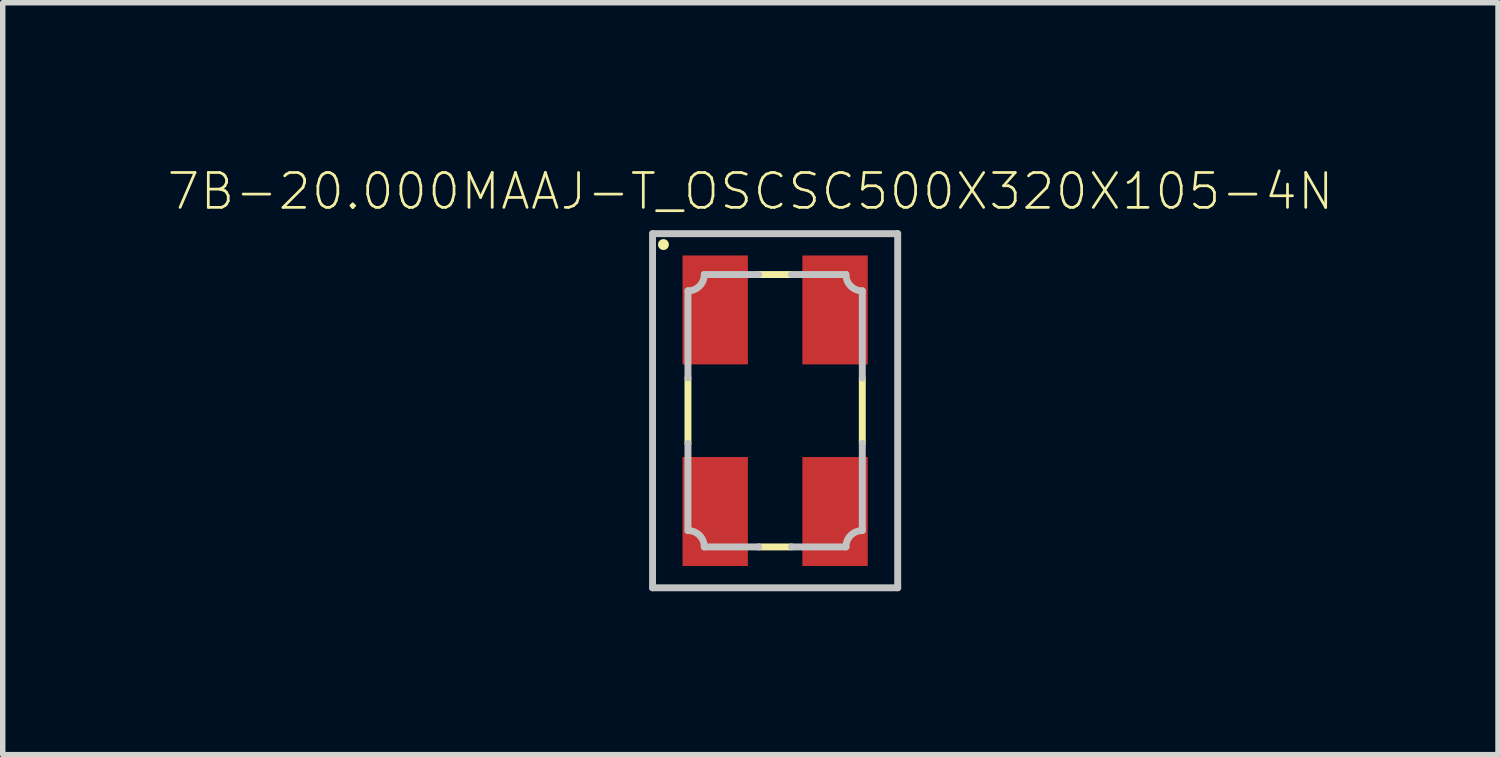
<source format=kicad_pcb>
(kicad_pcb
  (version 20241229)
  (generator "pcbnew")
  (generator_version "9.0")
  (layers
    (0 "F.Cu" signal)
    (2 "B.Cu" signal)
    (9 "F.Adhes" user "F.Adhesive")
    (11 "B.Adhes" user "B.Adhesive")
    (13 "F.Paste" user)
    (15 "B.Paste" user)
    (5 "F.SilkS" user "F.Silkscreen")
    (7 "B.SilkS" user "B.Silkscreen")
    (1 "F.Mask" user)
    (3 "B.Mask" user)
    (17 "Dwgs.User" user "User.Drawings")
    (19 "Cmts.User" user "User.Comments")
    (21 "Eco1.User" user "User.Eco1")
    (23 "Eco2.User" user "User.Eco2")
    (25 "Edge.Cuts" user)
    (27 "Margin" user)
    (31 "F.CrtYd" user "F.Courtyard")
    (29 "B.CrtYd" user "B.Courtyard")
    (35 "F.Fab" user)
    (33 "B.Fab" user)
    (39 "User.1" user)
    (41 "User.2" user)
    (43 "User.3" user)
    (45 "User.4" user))
  (footprint "7B-20.000MAAJ-T_OSCSC500X320X105-4N"
    (layer "F.Cu")
    (at 11.178 4.489)
    (property "Reference" "7B-20.000MAAJ-T_OSCSC500X320X105-4N" (at -0.454 -4.026 0) (layer "F.SilkS") (effects (font (size 0.64 0.64) (thickness 0.05))))
    (attr smd)
    (fp_line (start -1.6 -0.6) (end -1.6 0.6) (stroke (width 0.127) (type solid)) (layer "F.SilkS"))
    (fp_line (start 0.3 -2.5) (end -0.3 -2.5) (stroke (width 0.127) (type solid)) (layer "F.SilkS"))
    (fp_line (start 0.3 2.5) (end -0.3 2.5) (stroke (width 0.127) (type solid)) (layer "F.SilkS"))
    (fp_line (start 1.6 -0.6) (end 1.6 0.6) (stroke (width 0.127) (type solid)) (layer "F.SilkS"))
    (fp_circle (center -2.05 -3.05) (end -1.95 -3.05) (stroke (width 0) (type solid)) (fill yes) (layer "F.SilkS"))
    (fp_line (start -2.25 -3.25) (end -2.25 3.25) (stroke (width 0.127) (type solid)) (layer "Dwgs.User"))
    (fp_line (start -2.25 3.25) (end 2.25 3.25) (stroke (width 0.127) (type solid)) (layer "Dwgs.User"))
    (fp_line (start -1.6 -2.2) (end -1.6 -0.6) (stroke (width 0.127) (type solid)) (layer "Dwgs.User"))
    (fp_line (start -1.6 0.6) (end -1.6 2.2) (stroke (width 0.127) (type solid)) (layer "Dwgs.User"))
    (fp_line (start -1.3 2.5) (end -0.3 2.5) (stroke (width 0.127) (type solid)) (layer "Dwgs.User"))
    (fp_line (start -0.3 -2.5) (end -1.3 -2.5) (stroke (width 0.127) (type solid)) (layer "Dwgs.User"))
    (fp_line (start 0.3 -2.5) (end 1.3 -2.5) (stroke (width 0.127) (type solid)) (layer "Dwgs.User"))
    (fp_line (start 1.3 2.5) (end 0.3 2.5) (stroke (width 0.127) (type solid)) (layer "Dwgs.User"))
    (fp_line (start 1.6 -2.2) (end 1.6 -0.6) (stroke (width 0.127) (type solid)) (layer "Dwgs.User"))
    (fp_line (start 1.6 0.6) (end 1.6 2.2) (stroke (width 0.127) (type solid)) (layer "Dwgs.User"))
    (fp_line (start 2.25 -3.25) (end -2.25 -3.25) (stroke (width 0.127) (type solid)) (layer "Dwgs.User"))
    (fp_line (start 2.25 3.25) (end 2.25 -3.25) (stroke (width 0.127) (type solid)) (layer "Dwgs.User"))
    (fp_arc (start -1.6 2.2) (mid -1.387868 2.287868) (end -1.3 2.5) (stroke (width 0.127) (type solid)) (layer "Dwgs.User"))
    (fp_arc (start -1.3 -2.5) (mid -1.387868 -2.287868) (end -1.6 -2.2) (stroke (width 0.127) (type solid)) (layer "Dwgs.User"))
    (fp_arc (start 1.3 2.5) (mid 1.387868 2.287868) (end 1.6 2.2) (stroke (width 0.127) (type solid)) (layer "Dwgs.User"))
    (fp_arc (start 1.6 -2.2) (mid 1.387868 -2.287868) (end 1.3 -2.5) (stroke (width 0.127) (type solid)) (layer "Dwgs.User"))
    (pad "1" smd rect (at -1.1 -1.85 270) (size 2 1.2) (layers "F.Cu" "F.Mask" "F.Paste"))
    (pad "2" smd rect (at -1.1 1.85 270) (size 2 1.2) (layers "F.Cu" "F.Mask" "F.Paste"))
    (pad "3" smd rect (at 1.1 1.85 270) (size 2 1.2) (layers "F.Cu" "F.Mask" "F.Paste"))
    (pad "4" smd rect (at 1.1 -1.85 270) (size 2 1.2) (layers "F.Cu" "F.Mask" "F.Paste")))
  (gr_rect
    (start -3 -3)
    (end 24.447 10.802)
    (stroke (width 0.1) (type default))
    (fill no)
    (layer "Edge.Cuts")))
</source>
